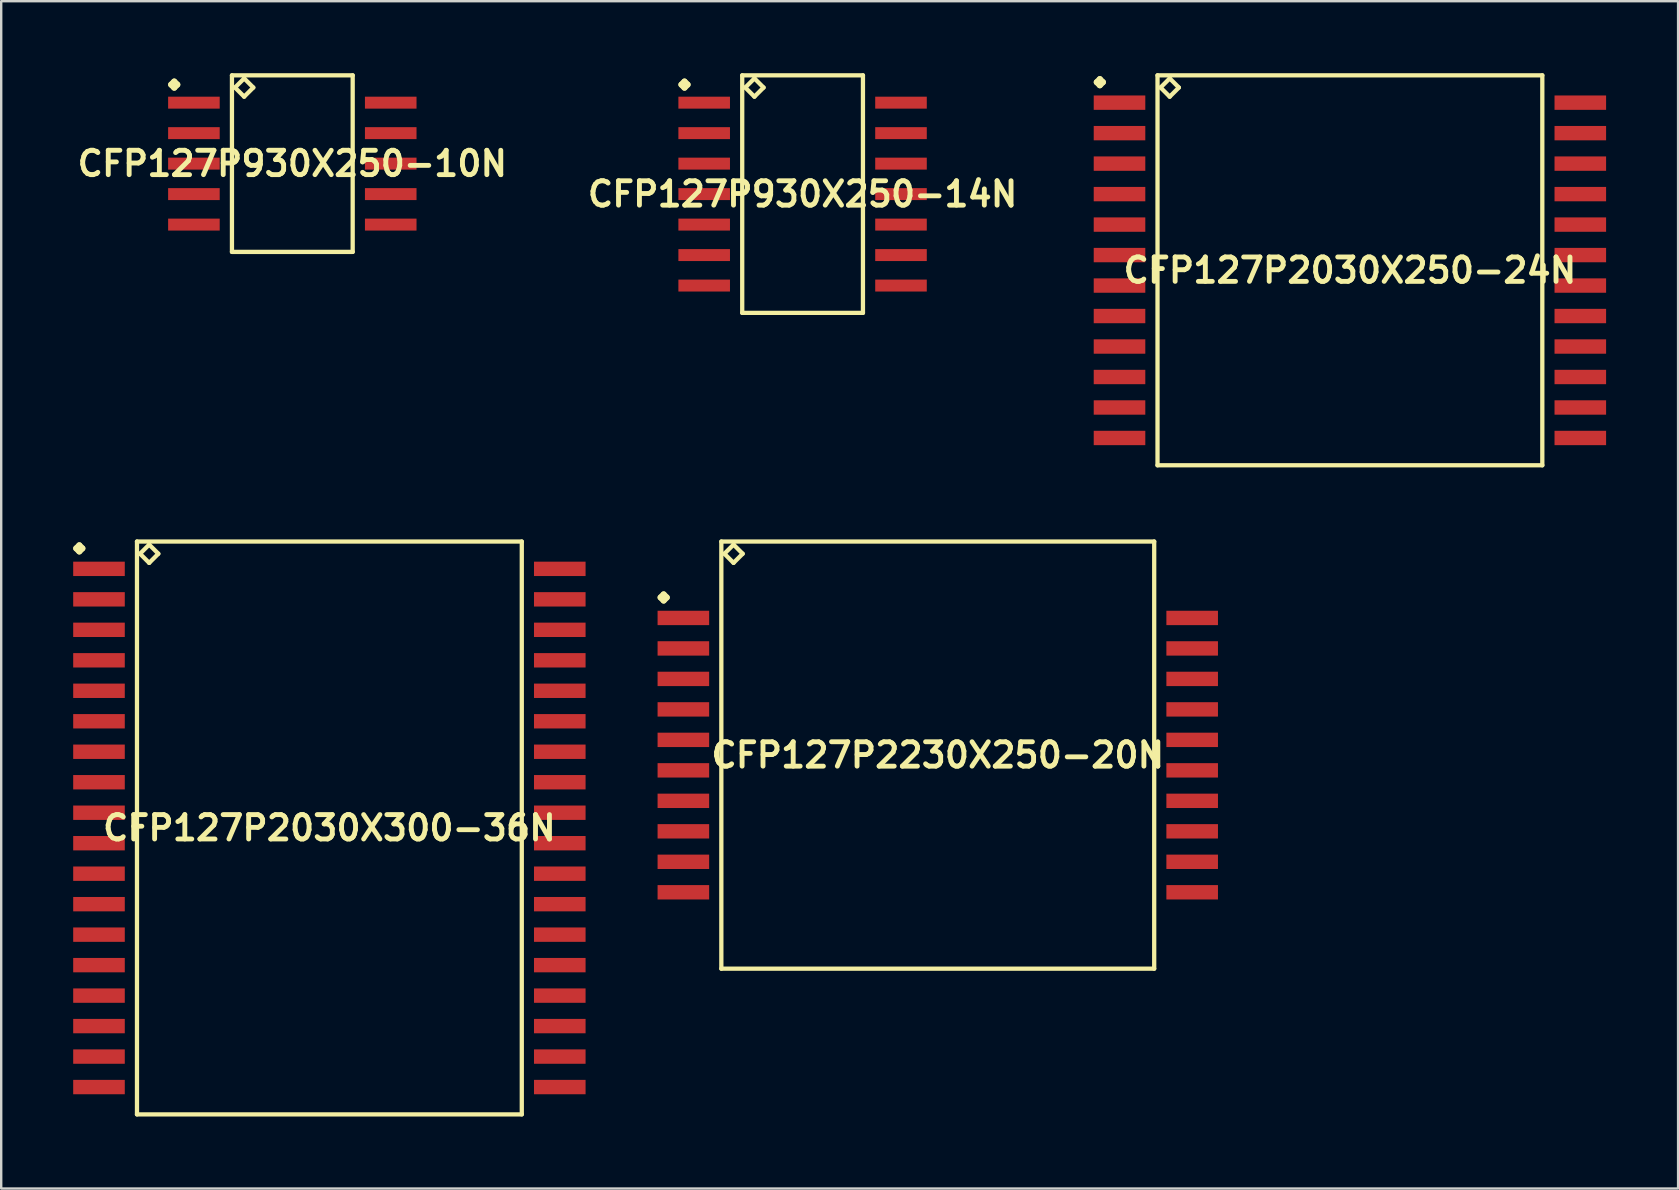
<source format=kicad_pcb>
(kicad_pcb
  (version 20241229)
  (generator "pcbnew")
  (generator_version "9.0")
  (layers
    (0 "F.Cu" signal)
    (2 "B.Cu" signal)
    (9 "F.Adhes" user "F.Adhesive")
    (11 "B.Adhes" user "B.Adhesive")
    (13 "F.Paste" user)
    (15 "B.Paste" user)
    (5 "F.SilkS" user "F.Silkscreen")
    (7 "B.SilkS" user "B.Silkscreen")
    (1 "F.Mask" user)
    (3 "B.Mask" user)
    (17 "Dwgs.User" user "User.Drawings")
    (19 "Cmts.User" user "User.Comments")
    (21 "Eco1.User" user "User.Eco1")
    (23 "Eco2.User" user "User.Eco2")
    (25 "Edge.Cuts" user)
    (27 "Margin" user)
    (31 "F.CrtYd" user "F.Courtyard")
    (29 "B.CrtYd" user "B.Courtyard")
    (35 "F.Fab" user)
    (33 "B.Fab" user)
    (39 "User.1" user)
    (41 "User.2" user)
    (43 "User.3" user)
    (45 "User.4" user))
  (footprint "CFP127P2230X250-20N"
    (layer "F.Cu")
    (at 36.02 28.41)
    (property "Reference" "CFP127P2230X250-20N" (at 0 0 0) (layer "F.SilkS") (effects (font (size 1.016 1.016) (thickness 0.203))))
    (attr smd)
    (fp_line (start -11.547 -6.568) (end -11.42 -6.695) (stroke (width 0.254) (type solid)) (layer "F.SilkS"))
    (fp_line (start -11.42 -6.695) (end -11.293 -6.568) (stroke (width 0.254) (type solid)) (layer "F.SilkS"))
    (fp_line (start -11.42 -6.441) (end -11.547 -6.568) (stroke (width 0.254) (type solid)) (layer "F.SilkS"))
    (fp_line (start -11.293 -6.568) (end -11.42 -6.441) (stroke (width 0.254) (type solid)) (layer "F.SilkS"))
    (fp_line (start -9.017 -8.898) (end -9.017 8.898) (stroke (width 0.178) (type solid)) (layer "F.SilkS"))
    (fp_line (start -9.017 8.898) (end 9.017 8.898) (stroke (width 0.178) (type solid)) (layer "F.SilkS"))
    (fp_line (start -8.89 -8.39) (end -8.509 -8.771) (stroke (width 0.178) (type solid)) (layer "F.SilkS"))
    (fp_line (start -8.509 -8.771) (end -8.128 -8.39) (stroke (width 0.178) (type solid)) (layer "F.SilkS"))
    (fp_line (start -8.509 -8.009) (end -8.89 -8.39) (stroke (width 0.178) (type solid)) (layer "F.SilkS"))
    (fp_line (start -8.128 -8.39) (end -8.509 -8.009) (stroke (width 0.178) (type solid)) (layer "F.SilkS"))
    (fp_line (start 9.017 -8.898) (end -9.017 -8.898) (stroke (width 0.178) (type solid)) (layer "F.SilkS"))
    (fp_line (start 9.017 8.898) (end 9.017 -8.898) (stroke (width 0.178) (type solid)) (layer "F.SilkS"))
    (pad "1" smd rect (at -10.599 -5.715) (size 2.149 0.599) (layers "F.Cu" "F.Mask" "F.Paste"))
    (pad "2" smd rect (at -10.599 -4.445) (size 2.149 0.599) (layers "F.Cu" "F.Mask" "F.Paste"))
    (pad "3" smd rect (at -10.599 -3.175) (size 2.149 0.599) (layers "F.Cu" "F.Mask" "F.Paste"))
    (pad "4" smd rect (at -10.599 -1.905) (size 2.149 0.599) (layers "F.Cu" "F.Mask" "F.Paste"))
    (pad "5" smd rect (at -10.599 -0.635) (size 2.149 0.599) (layers "F.Cu" "F.Mask" "F.Paste"))
    (pad "6" smd rect (at -10.599 0.635) (size 2.149 0.599) (layers "F.Cu" "F.Mask" "F.Paste"))
    (pad "7" smd rect (at -10.599 1.905) (size 2.149 0.599) (layers "F.Cu" "F.Mask" "F.Paste"))
    (pad "8" smd rect (at -10.599 3.175) (size 2.149 0.599) (layers "F.Cu" "F.Mask" "F.Paste"))
    (pad "9" smd rect (at -10.599 4.445) (size 2.149 0.599) (layers "F.Cu" "F.Mask" "F.Paste"))
    (pad "10" smd rect (at -10.599 5.715) (size 2.149 0.599) (layers "F.Cu" "F.Mask" "F.Paste"))
    (pad "11" smd rect (at 10.599 5.715) (size 2.149 0.599) (layers "F.Cu" "F.Mask" "F.Paste"))
    (pad "12" smd rect (at 10.599 4.445) (size 2.149 0.599) (layers "F.Cu" "F.Mask" "F.Paste"))
    (pad "13" smd rect (at 10.599 3.175) (size 2.149 0.599) (layers "F.Cu" "F.Mask" "F.Paste"))
    (pad "14" smd rect (at 10.599 1.905) (size 2.149 0.599) (layers "F.Cu" "F.Mask" "F.Paste"))
    (pad "15" smd rect (at 10.599 0.635) (size 2.149 0.599) (layers "F.Cu" "F.Mask" "F.Paste"))
    (pad "16" smd rect (at 10.599 -0.635) (size 2.149 0.599) (layers "F.Cu" "F.Mask" "F.Paste"))
    (pad "17" smd rect (at 10.599 -1.905) (size 2.149 0.599) (layers "F.Cu" "F.Mask" "F.Paste"))
    (pad "18" smd rect (at 10.599 -3.175) (size 2.149 0.599) (layers "F.Cu" "F.Mask" "F.Paste"))
    (pad "19" smd rect (at 10.599 -4.445) (size 2.149 0.599) (layers "F.Cu" "F.Mask" "F.Paste"))
    (pad "20" smd rect (at 10.599 -5.715) (size 2.149 0.599) (layers "F.Cu" "F.Mask" "F.Paste")))
  (footprint "CFP127P930X250-14N"
    (layer "F.Cu")
    (at 30.388 5.037)
    (property "Reference" "CFP127P930X250-14N" (at 0 0 0) (layer "F.SilkS") (effects (font (size 1.016 1.016) (thickness 0.203))))
    (attr smd)
    (fp_line (start -5.047 -4.562) (end -4.92 -4.689) (stroke (width 0.254) (type solid)) (layer "F.SilkS"))
    (fp_line (start -4.92 -4.689) (end -4.793 -4.562) (stroke (width 0.254) (type solid)) (layer "F.SilkS"))
    (fp_line (start -4.92 -4.435) (end -5.047 -4.562) (stroke (width 0.254) (type solid)) (layer "F.SilkS"))
    (fp_line (start -4.793 -4.562) (end -4.92 -4.435) (stroke (width 0.254) (type solid)) (layer "F.SilkS"))
    (fp_line (start -2.515 -4.948) (end -2.515 4.948) (stroke (width 0.178) (type solid)) (layer "F.SilkS"))
    (fp_line (start -2.515 4.948) (end 2.515 4.948) (stroke (width 0.178) (type solid)) (layer "F.SilkS"))
    (fp_line (start -2.388 -4.44) (end -2.007 -4.821) (stroke (width 0.178) (type solid)) (layer "F.SilkS"))
    (fp_line (start -2.007 -4.821) (end -1.626 -4.44) (stroke (width 0.178) (type solid)) (layer "F.SilkS"))
    (fp_line (start -2.007 -4.059) (end -2.388 -4.44) (stroke (width 0.178) (type solid)) (layer "F.SilkS"))
    (fp_line (start -1.626 -4.44) (end -2.007 -4.059) (stroke (width 0.178) (type solid)) (layer "F.SilkS"))
    (fp_line (start 2.515 -4.948) (end -2.515 -4.948) (stroke (width 0.178) (type solid)) (layer "F.SilkS"))
    (fp_line (start 2.515 4.948) (end 2.515 -4.948) (stroke (width 0.178) (type solid)) (layer "F.SilkS"))
    (pad "1" smd rect (at -4.1 -3.81) (size 2.149 0.498) (layers "F.Cu" "F.Mask" "F.Paste"))
    (pad "2" smd rect (at -4.1 -2.54) (size 2.149 0.498) (layers "F.Cu" "F.Mask" "F.Paste"))
    (pad "3" smd rect (at -4.1 -1.27) (size 2.149 0.498) (layers "F.Cu" "F.Mask" "F.Paste"))
    (pad "4" smd rect (at -4.1 0) (size 2.149 0.498) (layers "F.Cu" "F.Mask" "F.Paste"))
    (pad "5" smd rect (at -4.1 1.27) (size 2.149 0.498) (layers "F.Cu" "F.Mask" "F.Paste"))
    (pad "6" smd rect (at -4.1 2.54) (size 2.149 0.498) (layers "F.Cu" "F.Mask" "F.Paste"))
    (pad "7" smd rect (at -4.1 3.81) (size 2.149 0.498) (layers "F.Cu" "F.Mask" "F.Paste"))
    (pad "8" smd rect (at 4.1 3.81) (size 2.149 0.498) (layers "F.Cu" "F.Mask" "F.Paste"))
    (pad "9" smd rect (at 4.1 2.54) (size 2.149 0.498) (layers "F.Cu" "F.Mask" "F.Paste"))
    (pad "10" smd rect (at 4.1 1.27) (size 2.149 0.498) (layers "F.Cu" "F.Mask" "F.Paste"))
    (pad "11" smd rect (at 4.1 0) (size 2.149 0.498) (layers "F.Cu" "F.Mask" "F.Paste"))
    (pad "12" smd rect (at 4.1 -1.27) (size 2.149 0.498) (layers "F.Cu" "F.Mask" "F.Paste"))
    (pad "13" smd rect (at 4.1 -2.54) (size 2.149 0.498) (layers "F.Cu" "F.Mask" "F.Paste"))
    (pad "14" smd rect (at 4.1 -3.81) (size 2.149 0.498) (layers "F.Cu" "F.Mask" "F.Paste")))
  (footprint "CFP127P930X250-10N"
    (layer "F.Cu")
    (at 9.129 3.767)
    (property "Reference" "CFP127P930X250-10N" (at 0 0 0) (layer "F.SilkS") (effects (font (size 1.016 1.016) (thickness 0.203))))
    (attr smd)
    (fp_line (start -5.047 -3.292) (end -4.92 -3.419) (stroke (width 0.254) (type solid)) (layer "F.SilkS"))
    (fp_line (start -4.92 -3.419) (end -4.793 -3.292) (stroke (width 0.254) (type solid)) (layer "F.SilkS"))
    (fp_line (start -4.92 -3.165) (end -5.047 -3.292) (stroke (width 0.254) (type solid)) (layer "F.SilkS"))
    (fp_line (start -4.793 -3.292) (end -4.92 -3.165) (stroke (width 0.254) (type solid)) (layer "F.SilkS"))
    (fp_line (start -2.515 -3.678) (end -2.515 3.678) (stroke (width 0.178) (type solid)) (layer "F.SilkS"))
    (fp_line (start -2.515 3.678) (end 2.515 3.678) (stroke (width 0.178) (type solid)) (layer "F.SilkS"))
    (fp_line (start -2.388 -3.17) (end -2.007 -3.551) (stroke (width 0.178) (type solid)) (layer "F.SilkS"))
    (fp_line (start -2.007 -3.551) (end -1.626 -3.17) (stroke (width 0.178) (type solid)) (layer "F.SilkS"))
    (fp_line (start -2.007 -2.789) (end -2.388 -3.17) (stroke (width 0.178) (type solid)) (layer "F.SilkS"))
    (fp_line (start -1.626 -3.17) (end -2.007 -2.789) (stroke (width 0.178) (type solid)) (layer "F.SilkS"))
    (fp_line (start 2.515 -3.678) (end -2.515 -3.678) (stroke (width 0.178) (type solid)) (layer "F.SilkS"))
    (fp_line (start 2.515 3.678) (end 2.515 -3.678) (stroke (width 0.178) (type solid)) (layer "F.SilkS"))
    (pad "1" smd rect (at -4.1 -2.54) (size 2.149 0.498) (layers "F.Cu" "F.Mask" "F.Paste"))
    (pad "2" smd rect (at -4.1 -1.27) (size 2.149 0.498) (layers "F.Cu" "F.Mask" "F.Paste"))
    (pad "3" smd rect (at -4.1 0) (size 2.149 0.498) (layers "F.Cu" "F.Mask" "F.Paste"))
    (pad "4" smd rect (at -4.1 1.27) (size 2.149 0.498) (layers "F.Cu" "F.Mask" "F.Paste"))
    (pad "5" smd rect (at -4.1 2.54) (size 2.149 0.498) (layers "F.Cu" "F.Mask" "F.Paste"))
    (pad "6" smd rect (at 4.1 2.54) (size 2.149 0.498) (layers "F.Cu" "F.Mask" "F.Paste"))
    (pad "7" smd rect (at 4.1 1.27) (size 2.149 0.498) (layers "F.Cu" "F.Mask" "F.Paste"))
    (pad "8" smd rect (at 4.1 0) (size 2.149 0.498) (layers "F.Cu" "F.Mask" "F.Paste"))
    (pad "9" smd rect (at 4.1 -1.27) (size 2.149 0.498) (layers "F.Cu" "F.Mask" "F.Paste"))
    (pad "10" smd rect (at 4.1 -2.54) (size 2.149 0.498) (layers "F.Cu" "F.Mask" "F.Paste")))
  (footprint "CFP127P2030X250-24N"
    (layer "F.Cu")
    (at 53.191 8.212)
    (property "Reference" "CFP127P2030X250-24N" (at 0 0 0) (layer "F.SilkS") (effects (font (size 1.016 1.016) (thickness 0.203))))
    (attr smd)
    (fp_line (start -10.546 -7.838) (end -10.419 -7.965) (stroke (width 0.254) (type solid)) (layer "F.SilkS"))
    (fp_line (start -10.419 -7.965) (end -10.292 -7.838) (stroke (width 0.254) (type solid)) (layer "F.SilkS"))
    (fp_line (start -10.419 -7.711) (end -10.546 -7.838) (stroke (width 0.254) (type solid)) (layer "F.SilkS"))
    (fp_line (start -10.292 -7.838) (end -10.419 -7.711) (stroke (width 0.254) (type solid)) (layer "F.SilkS"))
    (fp_line (start -8.016 -8.123) (end -8.016 8.123) (stroke (width 0.178) (type solid)) (layer "F.SilkS"))
    (fp_line (start -8.016 8.123) (end 8.016 8.123) (stroke (width 0.178) (type solid)) (layer "F.SilkS"))
    (fp_line (start -7.889 -7.615) (end -7.508 -7.996) (stroke (width 0.178) (type solid)) (layer "F.SilkS"))
    (fp_line (start -7.508 -7.996) (end -7.127 -7.615) (stroke (width 0.178) (type solid)) (layer "F.SilkS"))
    (fp_line (start -7.508 -7.234) (end -7.889 -7.615) (stroke (width 0.178) (type solid)) (layer "F.SilkS"))
    (fp_line (start -7.127 -7.615) (end -7.508 -7.234) (stroke (width 0.178) (type solid)) (layer "F.SilkS"))
    (fp_line (start 8.016 -8.123) (end -8.016 -8.123) (stroke (width 0.178) (type solid)) (layer "F.SilkS"))
    (fp_line (start 8.016 8.123) (end 8.016 -8.123) (stroke (width 0.178) (type solid)) (layer "F.SilkS"))
    (pad "1" smd rect (at -9.599 -6.985) (size 2.149 0.599) (layers "F.Cu" "F.Mask" "F.Paste"))
    (pad "2" smd rect (at -9.599 -5.715) (size 2.149 0.599) (layers "F.Cu" "F.Mask" "F.Paste"))
    (pad "3" smd rect (at -9.599 -4.445) (size 2.149 0.599) (layers "F.Cu" "F.Mask" "F.Paste"))
    (pad "4" smd rect (at -9.599 -3.175) (size 2.149 0.599) (layers "F.Cu" "F.Mask" "F.Paste"))
    (pad "5" smd rect (at -9.599 -1.905) (size 2.149 0.599) (layers "F.Cu" "F.Mask" "F.Paste"))
    (pad "6" smd rect (at -9.599 -0.635) (size 2.149 0.599) (layers "F.Cu" "F.Mask" "F.Paste"))
    (pad "7" smd rect (at -9.599 0.635) (size 2.149 0.599) (layers "F.Cu" "F.Mask" "F.Paste"))
    (pad "8" smd rect (at -9.599 1.905) (size 2.149 0.599) (layers "F.Cu" "F.Mask" "F.Paste"))
    (pad "9" smd rect (at -9.599 3.175) (size 2.149 0.599) (layers "F.Cu" "F.Mask" "F.Paste"))
    (pad "10" smd rect (at -9.599 4.445) (size 2.149 0.599) (layers "F.Cu" "F.Mask" "F.Paste"))
    (pad "11" smd rect (at -9.599 5.715) (size 2.149 0.599) (layers "F.Cu" "F.Mask" "F.Paste"))
    (pad "12" smd rect (at -9.599 6.985) (size 2.149 0.599) (layers "F.Cu" "F.Mask" "F.Paste"))
    (pad "13" smd rect (at 9.599 6.985) (size 2.149 0.599) (layers "F.Cu" "F.Mask" "F.Paste"))
    (pad "14" smd rect (at 9.599 5.715) (size 2.149 0.599) (layers "F.Cu" "F.Mask" "F.Paste"))
    (pad "15" smd rect (at 9.599 4.445) (size 2.149 0.599) (layers "F.Cu" "F.Mask" "F.Paste"))
    (pad "16" smd rect (at 9.599 3.175) (size 2.149 0.599) (layers "F.Cu" "F.Mask" "F.Paste"))
    (pad "17" smd rect (at 9.599 1.905) (size 2.149 0.599) (layers "F.Cu" "F.Mask" "F.Paste"))
    (pad "18" smd rect (at 9.599 0.635) (size 2.149 0.599) (layers "F.Cu" "F.Mask" "F.Paste"))
    (pad "19" smd rect (at 9.599 -0.635) (size 2.149 0.599) (layers "F.Cu" "F.Mask" "F.Paste"))
    (pad "20" smd rect (at 9.599 -1.905) (size 2.149 0.599) (layers "F.Cu" "F.Mask" "F.Paste"))
    (pad "21" smd rect (at 9.599 -3.175) (size 2.149 0.599) (layers "F.Cu" "F.Mask" "F.Paste"))
    (pad "22" smd rect (at 9.599 -4.445) (size 2.149 0.599) (layers "F.Cu" "F.Mask" "F.Paste"))
    (pad "23" smd rect (at 9.599 -5.715) (size 2.149 0.599) (layers "F.Cu" "F.Mask" "F.Paste"))
    (pad "24" smd rect (at 9.599 -6.985) (size 2.149 0.599) (layers "F.Cu" "F.Mask" "F.Paste")))
  (footprint "CFP127P2030X300-36N"
    (layer "F.Cu")
    (at 10.673 31.445)
    (property "Reference" "CFP127P2030X300-36N" (at 0 0 0) (layer "F.SilkS") (effects (font (size 1.016 1.016) (thickness 0.203))))
    (attr smd)
    (fp_line (start -10.546 -11.648) (end -10.419 -11.775) (stroke (width 0.254) (type solid)) (layer "F.SilkS"))
    (fp_line (start -10.419 -11.775) (end -10.292 -11.648) (stroke (width 0.254) (type solid)) (layer "F.SilkS"))
    (fp_line (start -10.419 -11.521) (end -10.546 -11.648) (stroke (width 0.254) (type solid)) (layer "F.SilkS"))
    (fp_line (start -10.292 -11.648) (end -10.419 -11.521) (stroke (width 0.254) (type solid)) (layer "F.SilkS"))
    (fp_line (start -8.016 -11.933) (end -8.016 11.933) (stroke (width 0.178) (type solid)) (layer "F.SilkS"))
    (fp_line (start -8.016 11.933) (end 8.016 11.933) (stroke (width 0.178) (type solid)) (layer "F.SilkS"))
    (fp_line (start -7.889 -11.425) (end -7.508 -11.806) (stroke (width 0.178) (type solid)) (layer "F.SilkS"))
    (fp_line (start -7.508 -11.806) (end -7.127 -11.425) (stroke (width 0.178) (type solid)) (layer "F.SilkS"))
    (fp_line (start -7.508 -11.044) (end -7.889 -11.425) (stroke (width 0.178) (type solid)) (layer "F.SilkS"))
    (fp_line (start -7.127 -11.425) (end -7.508 -11.044) (stroke (width 0.178) (type solid)) (layer "F.SilkS"))
    (fp_line (start 8.016 -11.933) (end -8.016 -11.933) (stroke (width 0.178) (type solid)) (layer "F.SilkS"))
    (fp_line (start 8.016 11.933) (end 8.016 -11.933) (stroke (width 0.178) (type solid)) (layer "F.SilkS"))
    (pad "1" smd rect (at -9.599 -10.795) (size 2.149 0.599) (layers "F.Cu" "F.Mask" "F.Paste"))
    (pad "2" smd rect (at -9.599 -9.525) (size 2.149 0.599) (layers "F.Cu" "F.Mask" "F.Paste"))
    (pad "3" smd rect (at -9.599 -8.255) (size 2.149 0.599) (layers "F.Cu" "F.Mask" "F.Paste"))
    (pad "4" smd rect (at -9.599 -6.985) (size 2.149 0.599) (layers "F.Cu" "F.Mask" "F.Paste"))
    (pad "5" smd rect (at -9.599 -5.715) (size 2.149 0.599) (layers "F.Cu" "F.Mask" "F.Paste"))
    (pad "6" smd rect (at -9.599 -4.445) (size 2.149 0.599) (layers "F.Cu" "F.Mask" "F.Paste"))
    (pad "7" smd rect (at -9.599 -3.175) (size 2.149 0.599) (layers "F.Cu" "F.Mask" "F.Paste"))
    (pad "8" smd rect (at -9.599 -1.905) (size 2.149 0.599) (layers "F.Cu" "F.Mask" "F.Paste"))
    (pad "9" smd rect (at -9.599 -0.635) (size 2.149 0.599) (layers "F.Cu" "F.Mask" "F.Paste"))
    (pad "10" smd rect (at -9.599 0.635) (size 2.149 0.599) (layers "F.Cu" "F.Mask" "F.Paste"))
    (pad "11" smd rect (at -9.599 1.905) (size 2.149 0.599) (layers "F.Cu" "F.Mask" "F.Paste"))
    (pad "12" smd rect (at -9.599 3.175) (size 2.149 0.599) (layers "F.Cu" "F.Mask" "F.Paste"))
    (pad "13" smd rect (at -9.599 4.445) (size 2.149 0.599) (layers "F.Cu" "F.Mask" "F.Paste"))
    (pad "14" smd rect (at -9.599 5.715) (size 2.149 0.599) (layers "F.Cu" "F.Mask" "F.Paste"))
    (pad "15" smd rect (at -9.599 6.985) (size 2.149 0.599) (layers "F.Cu" "F.Mask" "F.Paste"))
    (pad "16" smd rect (at -9.599 8.255) (size 2.149 0.599) (layers "F.Cu" "F.Mask" "F.Paste"))
    (pad "17" smd rect (at -9.599 9.525) (size 2.149 0.599) (layers "F.Cu" "F.Mask" "F.Paste"))
    (pad "18" smd rect (at -9.599 10.795) (size 2.149 0.599) (layers "F.Cu" "F.Mask" "F.Paste"))
    (pad "19" smd rect (at 9.599 10.795) (size 2.149 0.599) (layers "F.Cu" "F.Mask" "F.Paste"))
    (pad "20" smd rect (at 9.599 9.525) (size 2.149 0.599) (layers "F.Cu" "F.Mask" "F.Paste"))
    (pad "21" smd rect (at 9.599 8.255) (size 2.149 0.599) (layers "F.Cu" "F.Mask" "F.Paste"))
    (pad "22" smd rect (at 9.599 6.985) (size 2.149 0.599) (layers "F.Cu" "F.Mask" "F.Paste"))
    (pad "23" smd rect (at 9.599 5.715) (size 2.149 0.599) (layers "F.Cu" "F.Mask" "F.Paste"))
    (pad "24" smd rect (at 9.599 4.445) (size 2.149 0.599) (layers "F.Cu" "F.Mask" "F.Paste"))
    (pad "25" smd rect (at 9.599 3.175) (size 2.149 0.599) (layers "F.Cu" "F.Mask" "F.Paste"))
    (pad "26" smd rect (at 9.599 1.905) (size 2.149 0.599) (layers "F.Cu" "F.Mask" "F.Paste"))
    (pad "27" smd rect (at 9.599 0.635) (size 2.149 0.599) (layers "F.Cu" "F.Mask" "F.Paste"))
    (pad "28" smd rect (at 9.599 -0.635) (size 2.149 0.599) (layers "F.Cu" "F.Mask" "F.Paste"))
    (pad "29" smd rect (at 9.599 -1.905) (size 2.149 0.599) (layers "F.Cu" "F.Mask" "F.Paste"))
    (pad "30" smd rect (at 9.599 -3.175) (size 2.149 0.599) (layers "F.Cu" "F.Mask" "F.Paste"))
    (pad "31" smd rect (at 9.599 -4.445) (size 2.149 0.599) (layers "F.Cu" "F.Mask" "F.Paste"))
    (pad "32" smd rect (at 9.599 -5.715) (size 2.149 0.599) (layers "F.Cu" "F.Mask" "F.Paste"))
    (pad "33" smd rect (at 9.599 -6.985) (size 2.149 0.599) (layers "F.Cu" "F.Mask" "F.Paste"))
    (pad "34" smd rect (at 9.599 -8.255) (size 2.149 0.599) (layers "F.Cu" "F.Mask" "F.Paste"))
    (pad "35" smd rect (at 9.599 -9.525) (size 2.149 0.599) (layers "F.Cu" "F.Mask" "F.Paste"))
    (pad "36" smd rect (at 9.599 -10.795) (size 2.149 0.599) (layers "F.Cu" "F.Mask" "F.Paste")))
  (gr_rect
    (start -3 -3)
    (end 66.864 46.467)
    (stroke (width 0.1) (type default))
    (fill no)
    (layer "Edge.Cuts")))
</source>
